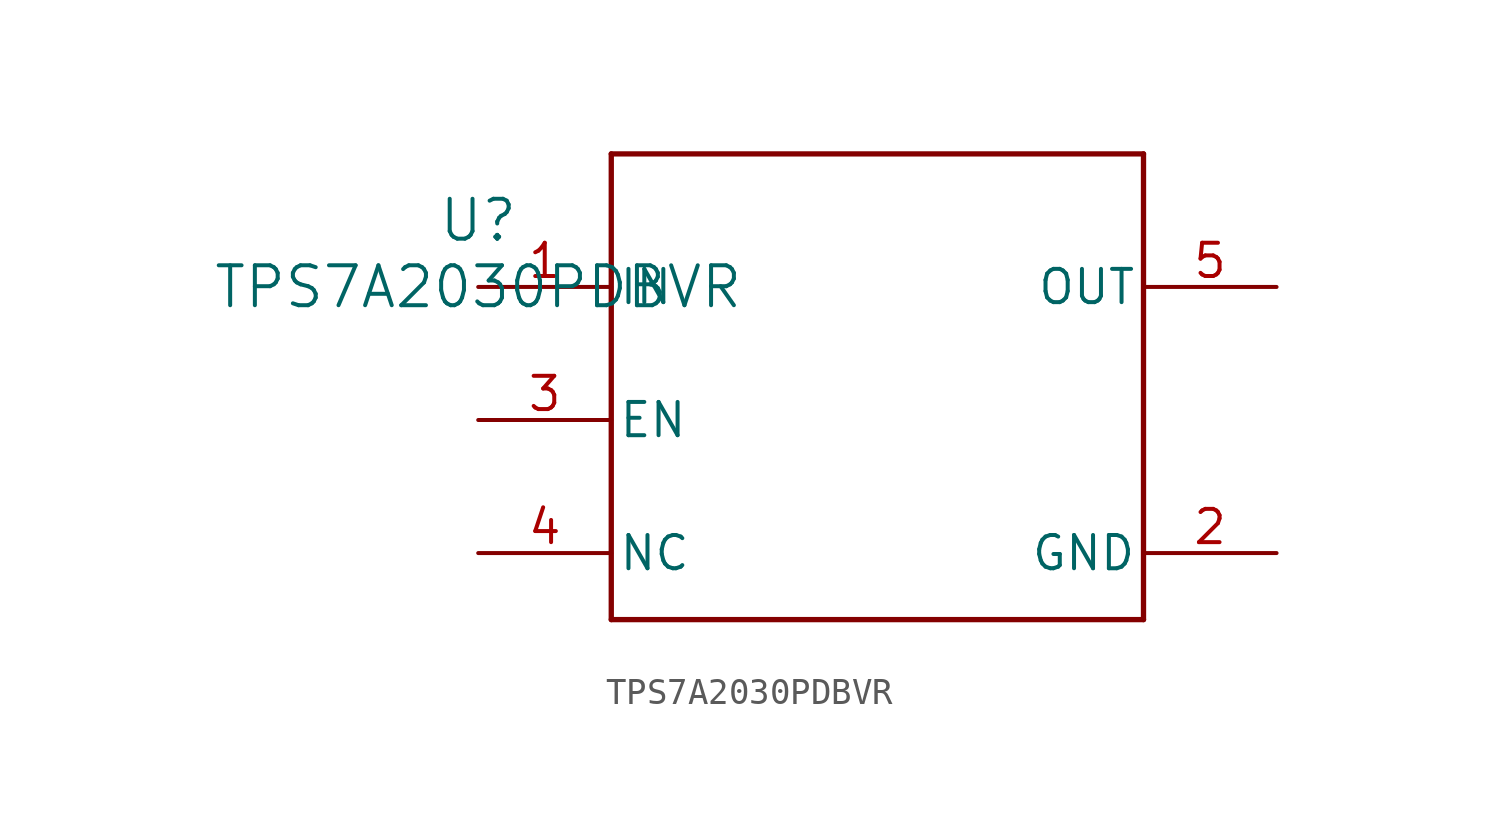
<source format=kicad_sym>
(kicad_symbol_lib
  (version 20211014)
  (generator kicad_symbol_editor)
  (symbol "TPS7A2030PDBVR"
    (pin_names
      (offset 0.254))
    (property "Reference" "U"
      (at 0 2.54 0)
      (effects (font (size 1.524 1.524))))
    (property "Value" "TPS7A2030PDBVR"
      (at 0 0 0)
      (effects (font (size 1.524 1.524))))
    (symbol "TPS7A2030PDBVR_0_1"
      (polyline (pts (xy 5.08 -12.7) (xy 25.4 -12.7)) (stroke (width 0.203) (type default) (color 0 0 0 0)) (fill (type none)))
      (polyline (pts (xy 25.4 -12.7) (xy 25.4 5.08)) (stroke (width 0.203) (type default) (color 0 0 0 0)) (fill (type none)))
      (polyline (pts (xy 25.4 5.08) (xy 5.08 5.08)) (stroke (width 0.203) (type default) (color 0 0 0 0)) (fill (type none)))
      (polyline (pts (xy 5.08 5.08) (xy 5.08 -12.7)) (stroke (width 0.203) (type default) (color 0 0 0 0)) (fill (type none)))
      (pin power_in line (at 0 0 0) (length 5.08) (name "IN" (effects (font (size 1.27 1.27)))) (number "1" (effects (font (size 1.27 1.27)))))
      (pin power_in line (at 30.48 -10.16 180) (length 5.08) (name "GND" (effects (font (size 1.27 1.27)))) (number "2" (effects (font (size 1.27 1.27)))))
      (pin input line (at 0 -5.08 0) (length 5.08) (name "EN" (effects (font (size 1.27 1.27)))) (number "3" (effects (font (size 1.27 1.27)))))
      (pin unspecified line (at 0 -10.16 0) (length 5.08) (name "NC" (effects (font (size 1.27 1.27)))) (number "4" (effects (font (size 1.27 1.27)))))
      (pin unspecified line (at 30.48 0 180) (length 5.08) (name "OUT" (effects (font (size 1.27 1.27)))) (number "5" (effects (font (size 1.27 1.27))))))))
</source>
